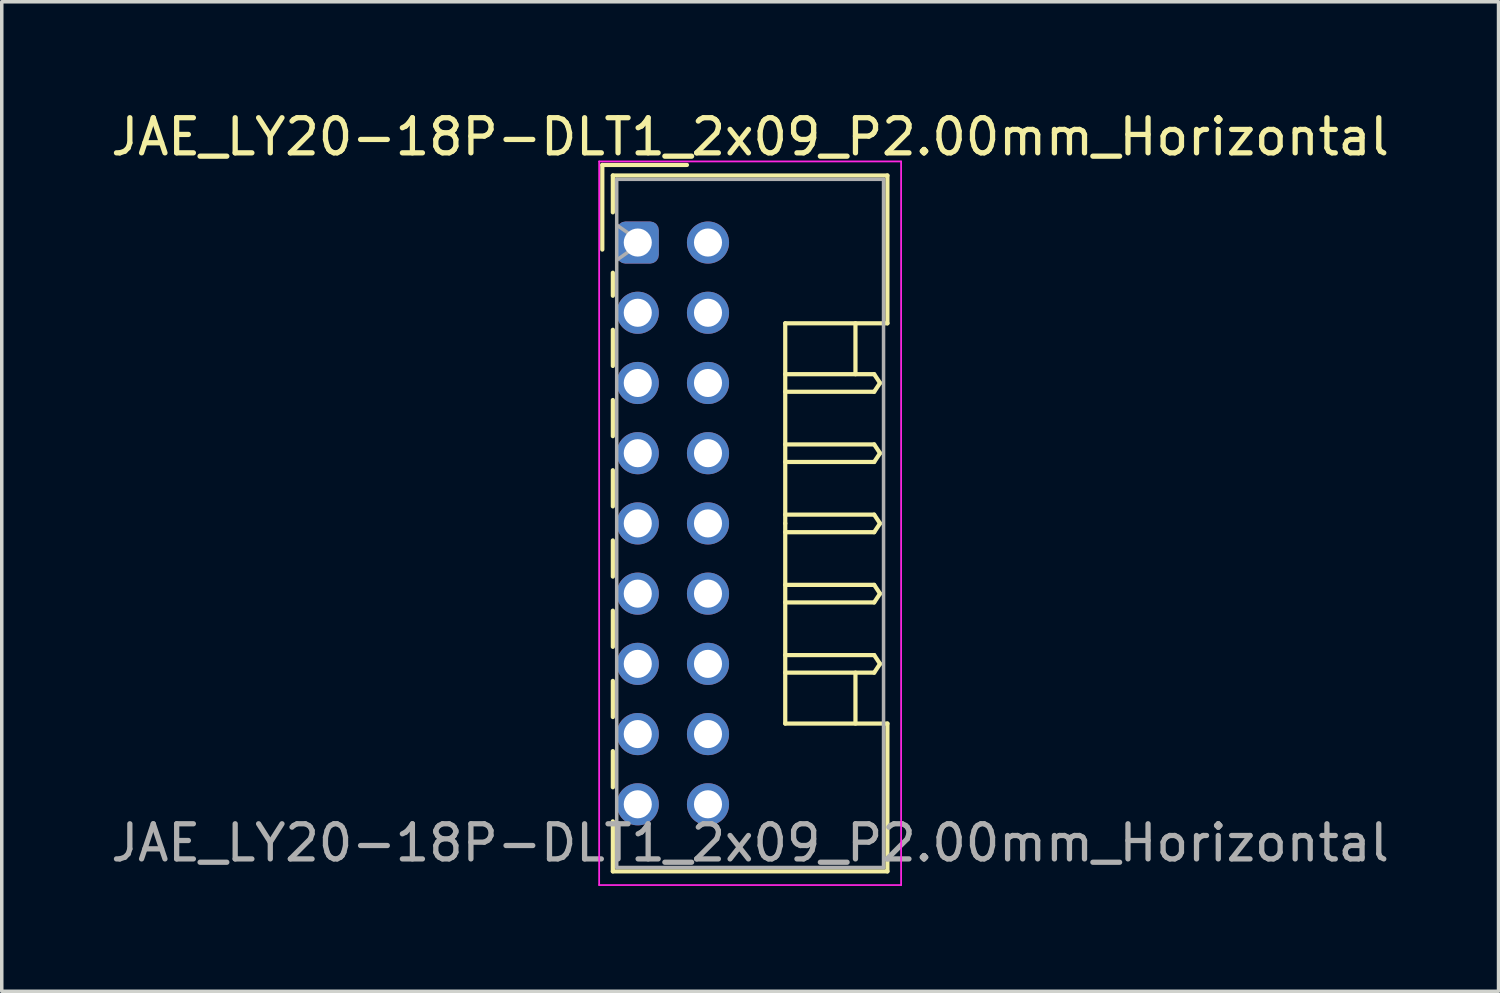
<source format=kicad_pcb>
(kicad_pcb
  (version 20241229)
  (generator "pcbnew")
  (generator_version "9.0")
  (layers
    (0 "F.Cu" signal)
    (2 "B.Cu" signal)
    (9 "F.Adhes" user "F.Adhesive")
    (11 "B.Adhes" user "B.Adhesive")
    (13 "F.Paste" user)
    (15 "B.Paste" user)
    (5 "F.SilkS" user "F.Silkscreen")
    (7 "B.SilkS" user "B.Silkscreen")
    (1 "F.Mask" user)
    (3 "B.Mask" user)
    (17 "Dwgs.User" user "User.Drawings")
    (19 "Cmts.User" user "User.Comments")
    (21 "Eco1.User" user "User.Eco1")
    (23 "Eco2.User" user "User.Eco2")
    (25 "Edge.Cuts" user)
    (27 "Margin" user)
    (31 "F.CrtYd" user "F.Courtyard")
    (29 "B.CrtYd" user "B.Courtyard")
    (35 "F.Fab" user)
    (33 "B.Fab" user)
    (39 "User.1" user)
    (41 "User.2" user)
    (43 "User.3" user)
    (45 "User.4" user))
  (footprint "JAE_LY20-18P-DLT1_2x09_P2.00mm_Horizontal"
    (layer "F.Cu")
    (at 15.115 3.858)
    (property "Reference" "JAE_LY20-18P-DLT1_2x09_P2.00mm_Horizontal" (at 3.2 -3.01 0) (layer "F.SilkS") (effects (font (size 1 1) (thickness 0.15))))
    (attr through_hole)
    (fp_line (start -1.01 -2.21) (end -1.01 0.2) (stroke (width 0.12) (type solid)) (layer "F.SilkS"))
    (fp_line (start -0.71 -1.91) (end -0.71 -0.86) (stroke (width 0.12) (type solid)) (layer "F.SilkS"))
    (fp_line (start -0.71 -1.91) (end 7.11 -1.91) (stroke (width 0.12) (type solid)) (layer "F.SilkS"))
    (fp_line (start -0.71 0.86) (end -0.71 1.515) (stroke (width 0.12) (type solid)) (layer "F.SilkS"))
    (fp_line (start -0.71 2.485) (end -0.71 3.515) (stroke (width 0.12) (type solid)) (layer "F.SilkS"))
    (fp_line (start -0.71 4.485) (end -0.71 5.515) (stroke (width 0.12) (type solid)) (layer "F.SilkS"))
    (fp_line (start -0.71 6.485) (end -0.71 7.515) (stroke (width 0.12) (type solid)) (layer "F.SilkS"))
    (fp_line (start -0.71 8.485) (end -0.71 9.515) (stroke (width 0.12) (type solid)) (layer "F.SilkS"))
    (fp_line (start -0.71 10.485) (end -0.71 11.515) (stroke (width 0.12) (type solid)) (layer "F.SilkS"))
    (fp_line (start -0.71 12.485) (end -0.71 13.515) (stroke (width 0.12) (type solid)) (layer "F.SilkS"))
    (fp_line (start -0.71 14.485) (end -0.71 15.515) (stroke (width 0.12) (type solid)) (layer "F.SilkS"))
    (fp_line (start -0.71 16.485) (end -0.71 17.91) (stroke (width 0.12) (type solid)) (layer "F.SilkS"))
    (fp_line (start -0.71 17.91) (end 7.11 17.91) (stroke (width 0.12) (type solid)) (layer "F.SilkS"))
    (fp_line (start 1.4 -2.21) (end -1.01 -2.21) (stroke (width 0.12) (type solid)) (layer "F.SilkS"))
    (fp_line (start 4.2 2.3) (end 4.2 8) (stroke (width 0.12) (type solid)) (layer "F.SilkS"))
    (fp_line (start 4.2 3.75) (end 6.733 3.75) (stroke (width 0.12) (type solid)) (layer "F.SilkS"))
    (fp_line (start 4.2 5.75) (end 6.733 5.75) (stroke (width 0.12) (type solid)) (layer "F.SilkS"))
    (fp_line (start 4.2 7.75) (end 6.733 7.75) (stroke (width 0.12) (type solid)) (layer "F.SilkS"))
    (fp_line (start 4.2 9.75) (end 6.733 9.75) (stroke (width 0.12) (type solid)) (layer "F.SilkS"))
    (fp_line (start 4.2 11.75) (end 6.733 11.75) (stroke (width 0.12) (type solid)) (layer "F.SilkS"))
    (fp_line (start 4.2 13.7) (end 4.2 8) (stroke (width 0.12) (type solid)) (layer "F.SilkS"))
    (fp_line (start 6.2 2.3) (end 6.2 3.75) (stroke (width 0.12) (type solid)) (layer "F.SilkS"))
    (fp_line (start 6.2 13.7) (end 6.2 12.25) (stroke (width 0.12) (type solid)) (layer "F.SilkS"))
    (fp_line (start 6.733 3.75) (end 6.9 4) (stroke (width 0.12) (type solid)) (layer "F.SilkS"))
    (fp_line (start 6.733 4.25) (end 4.2 4.25) (stroke (width 0.12) (type solid)) (layer "F.SilkS"))
    (fp_line (start 6.733 5.75) (end 6.9 6) (stroke (width 0.12) (type solid)) (layer "F.SilkS"))
    (fp_line (start 6.733 6.25) (end 4.2 6.25) (stroke (width 0.12) (type solid)) (layer "F.SilkS"))
    (fp_line (start 6.733 7.75) (end 6.9 8) (stroke (width 0.12) (type solid)) (layer "F.SilkS"))
    (fp_line (start 6.733 8.25) (end 4.2 8.25) (stroke (width 0.12) (type solid)) (layer "F.SilkS"))
    (fp_line (start 6.733 9.75) (end 6.9 10) (stroke (width 0.12) (type solid)) (layer "F.SilkS"))
    (fp_line (start 6.733 10.25) (end 4.2 10.25) (stroke (width 0.12) (type solid)) (layer "F.SilkS"))
    (fp_line (start 6.733 11.75) (end 6.9 12) (stroke (width 0.12) (type solid)) (layer "F.SilkS"))
    (fp_line (start 6.733 12.25) (end 4.2 12.25) (stroke (width 0.12) (type solid)) (layer "F.SilkS"))
    (fp_line (start 6.9 4) (end 6.733 4.25) (stroke (width 0.12) (type solid)) (layer "F.SilkS"))
    (fp_line (start 6.9 6) (end 6.733 6.25) (stroke (width 0.12) (type solid)) (layer "F.SilkS"))
    (fp_line (start 6.9 8) (end 6.733 8.25) (stroke (width 0.12) (type solid)) (layer "F.SilkS"))
    (fp_line (start 6.9 10) (end 6.733 10.25) (stroke (width 0.12) (type solid)) (layer "F.SilkS"))
    (fp_line (start 6.9 12) (end 6.733 12.25) (stroke (width 0.12) (type solid)) (layer "F.SilkS"))
    (fp_line (start 7.11 -1.91) (end 7.11 2.3) (stroke (width 0.12) (type solid)) (layer "F.SilkS"))
    (fp_line (start 7.11 2.3) (end 4.2 2.3) (stroke (width 0.12) (type solid)) (layer "F.SilkS"))
    (fp_line (start 7.11 13.7) (end 4.2 13.7) (stroke (width 0.12) (type solid)) (layer "F.SilkS"))
    (fp_line (start 7.11 17.91) (end 7.11 13.7) (stroke (width 0.12) (type solid)) (layer "F.SilkS"))
    (fp_line (start -1.1 -2.31) (end -1.1 18.3) (stroke (width 0.05) (type solid)) (layer "F.CrtYd"))
    (fp_line (start -1.1 18.3) (end 7.5 18.3) (stroke (width 0.05) (type solid)) (layer "F.CrtYd"))
    (fp_line (start 7.5 -2.31) (end -1.1 -2.31) (stroke (width 0.05) (type solid)) (layer "F.CrtYd"))
    (fp_line (start 7.5 18.3) (end 7.5 -2.31) (stroke (width 0.05) (type solid)) (layer "F.CrtYd"))
    (fp_line (start -0.6 -1.8) (end -0.6 17.8) (stroke (width 0.1) (type solid)) (layer "F.Fab"))
    (fp_line (start -0.6 0.5) (end 0.107 0) (stroke (width 0.1) (type solid)) (layer "F.Fab"))
    (fp_line (start -0.6 17.8) (end 7 17.8) (stroke (width 0.1) (type solid)) (layer "F.Fab"))
    (fp_line (start 0.107 0) (end -0.6 -0.5) (stroke (width 0.1) (type solid)) (layer "F.Fab"))
    (fp_line (start 7 -1.8) (end -0.6 -1.8) (stroke (width 0.1) (type solid)) (layer "F.Fab"))
    (fp_line (start 7 17.8) (end 7 -1.8) (stroke (width 0.1) (type solid)) (layer "F.Fab"))
    (fp_text user "${REFERENCE}" (at 3.2 17.1 0) (layer "F.Fab") (effects (font (size 1 1) (thickness 0.15))))
    (pad "a1" thru_hole roundrect (at 0 0) (size 1.2 1.2) (drill 0.8) (layers "*.Cu" "*.Mask") (roundrect_rratio 0.208))
    (pad "a2" thru_hole circle (at 0 2) (size 1.2 1.2) (drill 0.8) (layers "*.Cu" "*.Mask"))
    (pad "a3" thru_hole circle (at 0 4) (size 1.2 1.2) (drill 0.8) (layers "*.Cu" "*.Mask"))
    (pad "a4" thru_hole circle (at 0 6) (size 1.2 1.2) (drill 0.8) (layers "*.Cu" "*.Mask"))
    (pad "a5" thru_hole circle (at 0 8) (size 1.2 1.2) (drill 0.8) (layers "*.Cu" "*.Mask"))
    (pad "a6" thru_hole circle (at 0 10) (size 1.2 1.2) (drill 0.8) (layers "*.Cu" "*.Mask"))
    (pad "a7" thru_hole circle (at 0 12) (size 1.2 1.2) (drill 0.8) (layers "*.Cu" "*.Mask"))
    (pad "a8" thru_hole circle (at 0 14) (size 1.2 1.2) (drill 0.8) (layers "*.Cu" "*.Mask"))
    (pad "a9" thru_hole circle (at 0 16) (size 1.2 1.2) (drill 0.8) (layers "*.Cu" "*.Mask"))
    (pad "b1" thru_hole circle (at 2 0) (size 1.2 1.2) (drill 0.8) (layers "*.Cu" "*.Mask"))
    (pad "b2" thru_hole circle (at 2 2) (size 1.2 1.2) (drill 0.8) (layers "*.Cu" "*.Mask"))
    (pad "b3" thru_hole circle (at 2 4) (size 1.2 1.2) (drill 0.8) (layers "*.Cu" "*.Mask"))
    (pad "b4" thru_hole circle (at 2 6) (size 1.2 1.2) (drill 0.8) (layers "*.Cu" "*.Mask"))
    (pad "b5" thru_hole circle (at 2 8) (size 1.2 1.2) (drill 0.8) (layers "*.Cu" "*.Mask"))
    (pad "b6" thru_hole circle (at 2 10) (size 1.2 1.2) (drill 0.8) (layers "*.Cu" "*.Mask"))
    (pad "b7" thru_hole circle (at 2 12) (size 1.2 1.2) (drill 0.8) (layers "*.Cu" "*.Mask"))
    (pad "b8" thru_hole circle (at 2 14) (size 1.2 1.2) (drill 0.8) (layers "*.Cu" "*.Mask"))
    (pad "b9" thru_hole circle (at 2 16) (size 1.2 1.2) (drill 0.8) (layers "*.Cu" "*.Mask")))
  (gr_rect
    (start -3 -3)
    (end 39.631 25.183)
    (stroke (width 0.1) (type default))
    (fill no)
    (layer "Edge.Cuts")))
</source>
